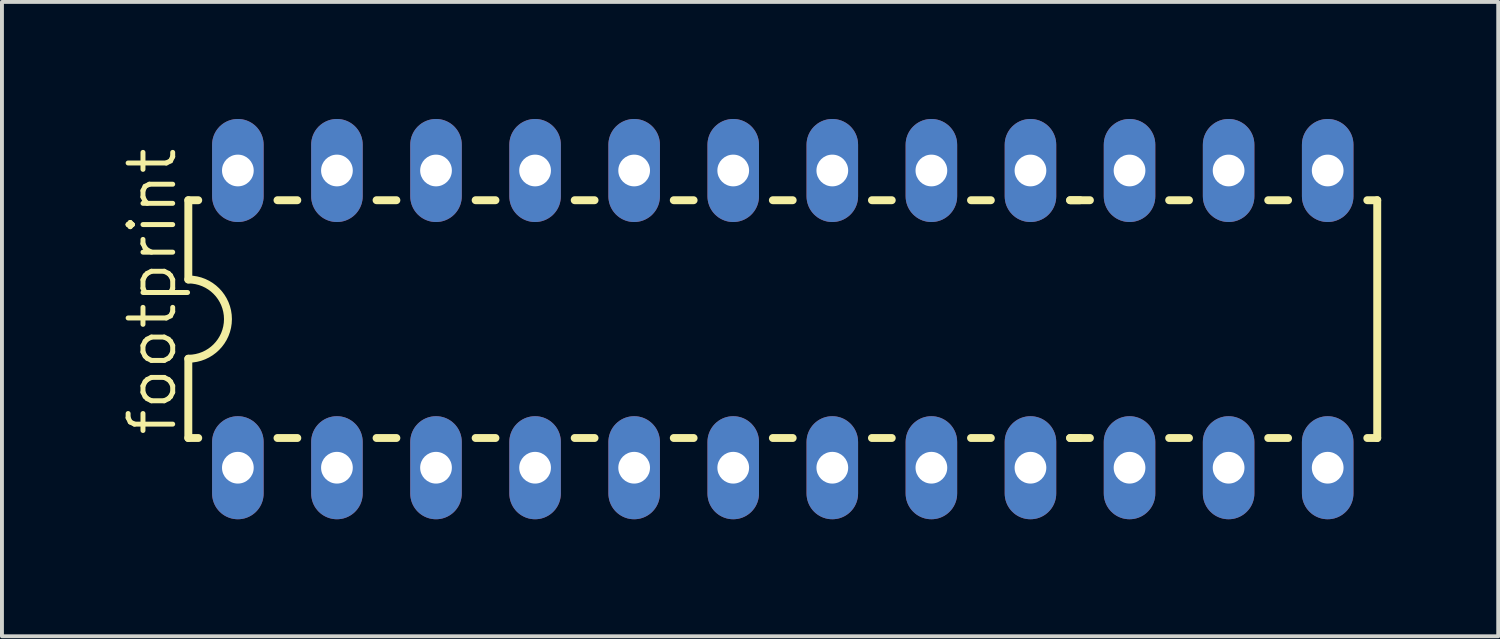
<source format=kicad_pcb>
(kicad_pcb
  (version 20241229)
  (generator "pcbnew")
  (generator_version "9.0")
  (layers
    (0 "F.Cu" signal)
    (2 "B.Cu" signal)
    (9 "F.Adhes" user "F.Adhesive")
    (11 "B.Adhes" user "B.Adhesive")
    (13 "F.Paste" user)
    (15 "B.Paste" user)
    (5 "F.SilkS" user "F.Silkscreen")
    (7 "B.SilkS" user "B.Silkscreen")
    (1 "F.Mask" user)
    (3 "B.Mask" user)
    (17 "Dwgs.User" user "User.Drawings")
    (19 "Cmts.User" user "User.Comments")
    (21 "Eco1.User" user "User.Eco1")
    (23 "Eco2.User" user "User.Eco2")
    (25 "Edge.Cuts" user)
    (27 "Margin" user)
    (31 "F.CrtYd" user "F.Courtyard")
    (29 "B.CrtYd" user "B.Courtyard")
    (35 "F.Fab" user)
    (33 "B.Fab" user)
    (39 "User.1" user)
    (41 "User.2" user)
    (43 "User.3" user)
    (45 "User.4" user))
  (footprint "footprint"
    (layer "F.Cu")
    (at 17.018 5.131)
    (property "Reference" "footprint" (at -15.494 3.048 90) (layer "F.SilkS") (effects (font (size 1.143 1.143) (thickness 0.127)) (justify left bottom)))
    (fp_line (start -15.24 -3.048) (end -15.24 -1.016) (stroke (width 0.203) (type solid)) (layer "F.SilkS"))
    (fp_line (start -15.24 -3.048) (end -14.986 -3.048) (stroke (width 0.203) (type solid)) (layer "F.SilkS"))
    (fp_line (start -15.24 3.048) (end -15.24 1.016) (stroke (width 0.203) (type solid)) (layer "F.SilkS"))
    (fp_line (start -15.24 3.048) (end -14.986 3.048) (stroke (width 0.203) (type solid)) (layer "F.SilkS"))
    (fp_line (start -12.954 -3.048) (end -12.446 -3.048) (stroke (width 0.203) (type solid)) (layer "F.SilkS"))
    (fp_line (start -12.954 3.048) (end -12.446 3.048) (stroke (width 0.203) (type solid)) (layer "F.SilkS"))
    (fp_line (start -10.414 -3.048) (end -9.906 -3.048) (stroke (width 0.203) (type solid)) (layer "F.SilkS"))
    (fp_line (start -10.414 3.048) (end -9.906 3.048) (stroke (width 0.203) (type solid)) (layer "F.SilkS"))
    (fp_line (start -7.874 -3.048) (end -7.366 -3.048) (stroke (width 0.203) (type solid)) (layer "F.SilkS"))
    (fp_line (start -7.874 3.048) (end -7.366 3.048) (stroke (width 0.203) (type solid)) (layer "F.SilkS"))
    (fp_line (start -5.334 -3.048) (end -4.826 -3.048) (stroke (width 0.203) (type solid)) (layer "F.SilkS"))
    (fp_line (start -5.334 3.048) (end -4.826 3.048) (stroke (width 0.203) (type solid)) (layer "F.SilkS"))
    (fp_line (start -2.794 -3.048) (end -2.286 -3.048) (stroke (width 0.203) (type solid)) (layer "F.SilkS"))
    (fp_line (start -2.794 3.048) (end -2.286 3.048) (stroke (width 0.203) (type solid)) (layer "F.SilkS"))
    (fp_line (start -0.254 -3.048) (end 0.254 -3.048) (stroke (width 0.203) (type solid)) (layer "F.SilkS"))
    (fp_line (start -0.254 3.048) (end 0.254 3.048) (stroke (width 0.203) (type solid)) (layer "F.SilkS"))
    (fp_line (start 2.286 -3.048) (end 2.794 -3.048) (stroke (width 0.203) (type solid)) (layer "F.SilkS"))
    (fp_line (start 2.286 3.048) (end 2.794 3.048) (stroke (width 0.203) (type solid)) (layer "F.SilkS"))
    (fp_line (start 4.826 -3.048) (end 5.334 -3.048) (stroke (width 0.203) (type solid)) (layer "F.SilkS"))
    (fp_line (start 4.826 3.048) (end 5.334 3.048) (stroke (width 0.203) (type solid)) (layer "F.SilkS"))
    (fp_line (start 7.366 -3.048) (end 7.874 -3.048) (stroke (width 0.203) (type solid)) (layer "F.SilkS"))
    (fp_line (start 7.366 3.048) (end 7.874 3.048) (stroke (width 0.203) (type solid)) (layer "F.SilkS"))
    (fp_line (start 7.62 -3.048) (end 7.366 -3.048) (stroke (width 0.203) (type solid)) (layer "F.SilkS"))
    (fp_line (start 7.62 3.048) (end 7.366 3.048) (stroke (width 0.203) (type solid)) (layer "F.SilkS"))
    (fp_line (start 9.906 -3.048) (end 10.414 -3.048) (stroke (width 0.203) (type solid)) (layer "F.SilkS"))
    (fp_line (start 9.906 3.048) (end 10.414 3.048) (stroke (width 0.203) (type solid)) (layer "F.SilkS"))
    (fp_line (start 12.446 -3.048) (end 12.954 -3.048) (stroke (width 0.203) (type solid)) (layer "F.SilkS"))
    (fp_line (start 12.446 3.048) (end 12.954 3.048) (stroke (width 0.203) (type solid)) (layer "F.SilkS"))
    (fp_line (start 15.24 -3.048) (end 14.986 -3.048) (stroke (width 0.203) (type solid)) (layer "F.SilkS"))
    (fp_line (start 15.24 -3.048) (end 15.24 3.048) (stroke (width 0.203) (type solid)) (layer "F.SilkS"))
    (fp_line (start 15.24 3.048) (end 14.986 3.048) (stroke (width 0.203) (type solid)) (layer "F.SilkS"))
    (fp_arc (start -15.24 -1.016) (mid -14.224 0) (end -15.24 1.016) (stroke (width 0.2032) (type solid)) (layer "F.SilkS"))
    (pad "1" thru_hole oval (at -13.97 3.81 90) (size 2.642 1.321) (drill 0.813) (layers "*.Cu" "*.Mask"))
    (pad "2" thru_hole oval (at -11.43 3.81 90) (size 2.642 1.321) (drill 0.813) (layers "*.Cu" "*.Mask"))
    (pad "3" thru_hole oval (at -8.89 3.81 90) (size 2.642 1.321) (drill 0.813) (layers "*.Cu" "*.Mask"))
    (pad "4" thru_hole oval (at -6.35 3.81 90) (size 2.642 1.321) (drill 0.813) (layers "*.Cu" "*.Mask"))
    (pad "5" thru_hole oval (at -3.81 3.81 90) (size 2.642 1.321) (drill 0.813) (layers "*.Cu" "*.Mask"))
    (pad "6" thru_hole oval (at -1.27 3.81 90) (size 2.642 1.321) (drill 0.813) (layers "*.Cu" "*.Mask"))
    (pad "7" thru_hole oval (at 1.27 3.81 90) (size 2.642 1.321) (drill 0.813) (layers "*.Cu" "*.Mask"))
    (pad "8" thru_hole oval (at 3.81 3.81 90) (size 2.642 1.321) (drill 0.813) (layers "*.Cu" "*.Mask"))
    (pad "9" thru_hole oval (at 6.35 3.81 90) (size 2.642 1.321) (drill 0.813) (layers "*.Cu" "*.Mask"))
    (pad "10" thru_hole oval (at 8.89 3.81 90) (size 2.642 1.321) (drill 0.813) (layers "*.Cu" "*.Mask"))
    (pad "11" thru_hole oval (at 11.43 3.81 90) (size 2.642 1.321) (drill 0.813) (layers "*.Cu" "*.Mask"))
    (pad "12" thru_hole oval (at 13.97 3.81 90) (size 2.642 1.321) (drill 0.813) (layers "*.Cu" "*.Mask"))
    (pad "13" thru_hole oval (at 13.97 -3.81 90) (size 2.642 1.321) (drill 0.813) (layers "*.Cu" "*.Mask"))
    (pad "14" thru_hole oval (at 11.43 -3.81 90) (size 2.642 1.321) (drill 0.813) (layers "*.Cu" "*.Mask"))
    (pad "15" thru_hole oval (at 8.89 -3.81 90) (size 2.642 1.321) (drill 0.813) (layers "*.Cu" "*.Mask"))
    (pad "16" thru_hole oval (at 6.35 -3.81 90) (size 2.642 1.321) (drill 0.813) (layers "*.Cu" "*.Mask"))
    (pad "17" thru_hole oval (at 3.81 -3.81 90) (size 2.642 1.321) (drill 0.813) (layers "*.Cu" "*.Mask"))
    (pad "18" thru_hole oval (at 1.27 -3.81 90) (size 2.642 1.321) (drill 0.813) (layers "*.Cu" "*.Mask"))
    (pad "19" thru_hole oval (at -1.27 -3.81 90) (size 2.642 1.321) (drill 0.813) (layers "*.Cu" "*.Mask"))
    (pad "20" thru_hole oval (at -3.81 -3.81 90) (size 2.642 1.321) (drill 0.813) (layers "*.Cu" "*.Mask"))
    (pad "21" thru_hole oval (at -6.35 -3.81 90) (size 2.642 1.321) (drill 0.813) (layers "*.Cu" "*.Mask"))
    (pad "22" thru_hole oval (at -8.89 -3.81 90) (size 2.642 1.321) (drill 0.813) (layers "*.Cu" "*.Mask"))
    (pad "23" thru_hole oval (at -11.43 -3.81 90) (size 2.642 1.321) (drill 0.813) (layers "*.Cu" "*.Mask"))
    (pad "24" thru_hole oval (at -13.97 -3.81 90) (size 2.642 1.321) (drill 0.813) (layers "*.Cu" "*.Mask")))
  (gr_rect
    (start -3 -3)
    (end 35.36 13.262)
    (stroke (width 0.1) (type default))
    (fill no)
    (layer "Edge.Cuts")))
</source>
